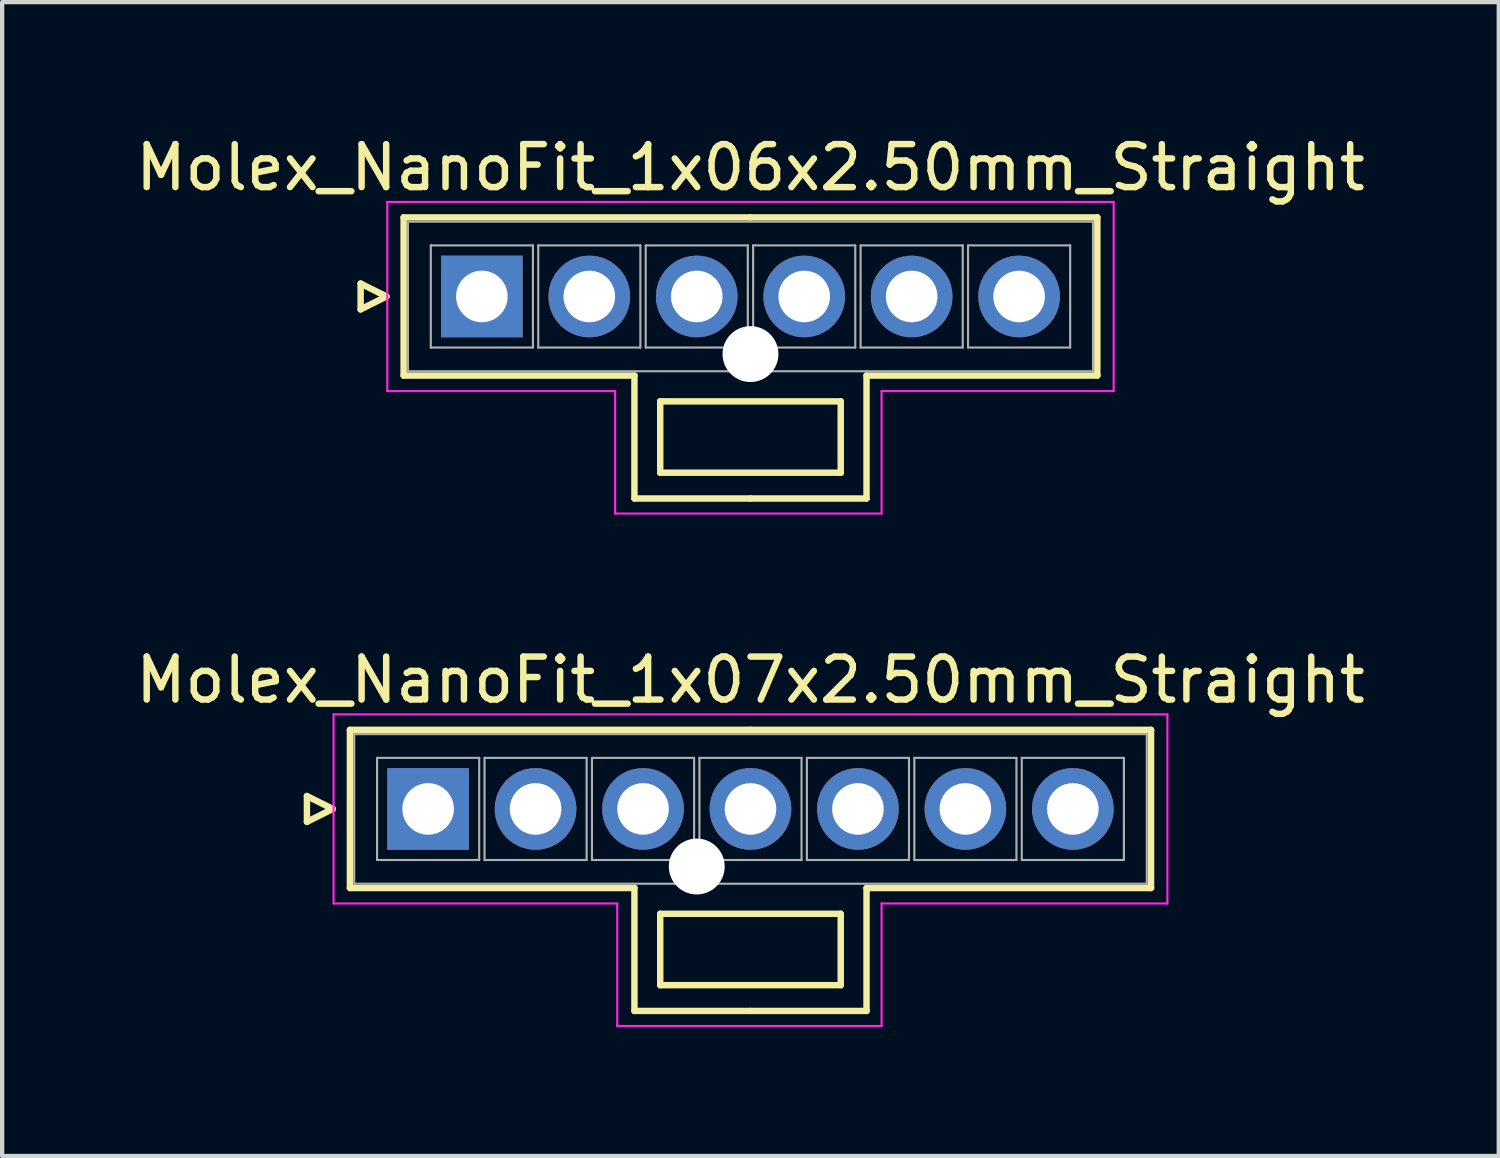
<source format=kicad_pcb>
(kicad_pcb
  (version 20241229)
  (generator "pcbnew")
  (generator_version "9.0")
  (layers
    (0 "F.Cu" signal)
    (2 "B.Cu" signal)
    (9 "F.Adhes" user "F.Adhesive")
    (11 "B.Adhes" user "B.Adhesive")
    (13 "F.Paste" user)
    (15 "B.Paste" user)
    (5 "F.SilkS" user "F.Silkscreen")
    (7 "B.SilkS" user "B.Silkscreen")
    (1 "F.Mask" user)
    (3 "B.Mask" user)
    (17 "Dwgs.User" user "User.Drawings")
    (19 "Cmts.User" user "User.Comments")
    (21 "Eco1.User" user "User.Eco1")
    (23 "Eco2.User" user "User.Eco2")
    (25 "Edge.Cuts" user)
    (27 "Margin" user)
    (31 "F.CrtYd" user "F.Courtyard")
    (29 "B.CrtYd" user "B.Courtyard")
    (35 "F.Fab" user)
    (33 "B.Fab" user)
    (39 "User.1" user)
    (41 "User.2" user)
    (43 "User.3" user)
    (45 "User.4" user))
  (footprint "Molex_NanoFit_1x06x2.50mm_Straight"
    (layer "F.Cu")
    (at 8.161 3.848)
    (property "Reference" "Molex_NanoFit_1x06x2.50mm_Straight" (at 6.25 -3 0) (layer "F.SilkS") (effects (font (size 1 1) (thickness 0.15))))
    (attr through_hole)
    (fp_line (start -2.82 -0.3) (end -2.22 0) (stroke (width 0.15) (type solid)) (layer "F.SilkS"))
    (fp_line (start -2.82 0.3) (end -2.82 -0.3) (stroke (width 0.15) (type solid)) (layer "F.SilkS"))
    (fp_line (start -2.22 0) (end -2.82 0.3) (stroke (width 0.15) (type solid)) (layer "F.SilkS"))
    (fp_line (start -1.82 -1.84) (end -1.82 1.84) (stroke (width 0.15) (type solid)) (layer "F.SilkS"))
    (fp_line (start -1.82 1.84) (end 3.55 1.84) (stroke (width 0.15) (type solid)) (layer "F.SilkS"))
    (fp_line (start 3.55 1.84) (end 3.55 4.7) (stroke (width 0.15) (type solid)) (layer "F.SilkS"))
    (fp_line (start 3.55 4.7) (end 6.25 4.7) (stroke (width 0.15) (type solid)) (layer "F.SilkS"))
    (fp_line (start 4.15 2.44) (end 4.15 4.1) (stroke (width 0.15) (type solid)) (layer "F.SilkS"))
    (fp_line (start 4.15 4.1) (end 8.35 4.1) (stroke (width 0.15) (type solid)) (layer "F.SilkS"))
    (fp_line (start 6.25 -1.84) (end -1.82 -1.84) (stroke (width 0.15) (type solid)) (layer "F.SilkS"))
    (fp_line (start 6.25 -1.84) (end 14.32 -1.84) (stroke (width 0.15) (type solid)) (layer "F.SilkS"))
    (fp_line (start 8.35 2.44) (end 4.15 2.44) (stroke (width 0.15) (type solid)) (layer "F.SilkS"))
    (fp_line (start 8.35 4.1) (end 8.35 2.44) (stroke (width 0.15) (type solid)) (layer "F.SilkS"))
    (fp_line (start 8.95 1.84) (end 8.95 4.7) (stroke (width 0.15) (type solid)) (layer "F.SilkS"))
    (fp_line (start 8.95 4.7) (end 6.25 4.7) (stroke (width 0.15) (type solid)) (layer "F.SilkS"))
    (fp_line (start 14.32 -1.84) (end 14.32 1.84) (stroke (width 0.15) (type solid)) (layer "F.SilkS"))
    (fp_line (start 14.32 1.84) (end 8.95 1.84) (stroke (width 0.15) (type solid)) (layer "F.SilkS"))
    (fp_line (start -2.2 -2.2) (end -2.2 2.2) (stroke (width 0.05) (type solid)) (layer "F.CrtYd"))
    (fp_line (start -2.2 2.2) (end 3.1 2.2) (stroke (width 0.05) (type solid)) (layer "F.CrtYd"))
    (fp_line (start 3.1 2.2) (end 3.1 5.05) (stroke (width 0.05) (type solid)) (layer "F.CrtYd"))
    (fp_line (start 3.1 5.05) (end 9.3 5.05) (stroke (width 0.05) (type solid)) (layer "F.CrtYd"))
    (fp_line (start 9.3 2.2) (end 14.7 2.2) (stroke (width 0.05) (type solid)) (layer "F.CrtYd"))
    (fp_line (start 9.3 5.05) (end 9.3 2.2) (stroke (width 0.05) (type solid)) (layer "F.CrtYd"))
    (fp_line (start 14.7 -2.2) (end -2.2 -2.2) (stroke (width 0.05) (type solid)) (layer "F.CrtYd"))
    (fp_line (start 14.7 2.2) (end 14.7 -2.2) (stroke (width 0.05) (type solid)) (layer "F.CrtYd"))
    (fp_line (start -1.72 -1.74) (end -1.72 1.74) (stroke (width 0.05) (type solid)) (layer "F.Fab"))
    (fp_line (start -1.72 1.74) (end 14.22 1.74) (stroke (width 0.05) (type solid)) (layer "F.Fab"))
    (fp_line (start -1.188 -1.188) (end -1.188 1.188) (stroke (width 0.05) (type solid)) (layer "F.Fab"))
    (fp_line (start -1.188 1.188) (end 1.188 1.188) (stroke (width 0.05) (type solid)) (layer "F.Fab"))
    (fp_line (start 1.188 -1.188) (end -1.188 -1.188) (stroke (width 0.05) (type solid)) (layer "F.Fab"))
    (fp_line (start 1.188 1.188) (end 1.188 -1.188) (stroke (width 0.05) (type solid)) (layer "F.Fab"))
    (fp_line (start 1.312 -1.188) (end 1.312 1.188) (stroke (width 0.05) (type solid)) (layer "F.Fab"))
    (fp_line (start 1.312 1.188) (end 3.688 1.188) (stroke (width 0.05) (type solid)) (layer "F.Fab"))
    (fp_line (start 3.688 -1.188) (end 1.312 -1.188) (stroke (width 0.05) (type solid)) (layer "F.Fab"))
    (fp_line (start 3.688 1.188) (end 3.688 -1.188) (stroke (width 0.05) (type solid)) (layer "F.Fab"))
    (fp_line (start 3.812 -1.188) (end 3.812 1.188) (stroke (width 0.05) (type solid)) (layer "F.Fab"))
    (fp_line (start 3.812 1.188) (end 6.188 1.188) (stroke (width 0.05) (type solid)) (layer "F.Fab"))
    (fp_line (start 6.188 -1.188) (end 3.812 -1.188) (stroke (width 0.05) (type solid)) (layer "F.Fab"))
    (fp_line (start 6.188 1.188) (end 6.188 -1.188) (stroke (width 0.05) (type solid)) (layer "F.Fab"))
    (fp_line (start 6.312 -1.188) (end 6.312 1.188) (stroke (width 0.05) (type solid)) (layer "F.Fab"))
    (fp_line (start 6.312 1.188) (end 8.688 1.188) (stroke (width 0.05) (type solid)) (layer "F.Fab"))
    (fp_line (start 8.688 -1.188) (end 6.312 -1.188) (stroke (width 0.05) (type solid)) (layer "F.Fab"))
    (fp_line (start 8.688 1.188) (end 8.688 -1.188) (stroke (width 0.05) (type solid)) (layer "F.Fab"))
    (fp_line (start 8.812 -1.188) (end 8.812 1.188) (stroke (width 0.05) (type solid)) (layer "F.Fab"))
    (fp_line (start 8.812 1.188) (end 11.188 1.188) (stroke (width 0.05) (type solid)) (layer "F.Fab"))
    (fp_line (start 11.188 -1.188) (end 8.812 -1.188) (stroke (width 0.05) (type solid)) (layer "F.Fab"))
    (fp_line (start 11.188 1.188) (end 11.188 -1.188) (stroke (width 0.05) (type solid)) (layer "F.Fab"))
    (fp_line (start 11.312 -1.188) (end 11.312 1.188) (stroke (width 0.05) (type solid)) (layer "F.Fab"))
    (fp_line (start 11.312 1.188) (end 13.688 1.188) (stroke (width 0.05) (type solid)) (layer "F.Fab"))
    (fp_line (start 13.688 -1.188) (end 11.312 -1.188) (stroke (width 0.05) (type solid)) (layer "F.Fab"))
    (fp_line (start 13.688 1.188) (end 13.688 -1.188) (stroke (width 0.05) (type solid)) (layer "F.Fab"))
    (fp_line (start 14.22 -1.74) (end -1.72 -1.74) (stroke (width 0.05) (type solid)) (layer "F.Fab"))
    (fp_line (start 14.22 1.74) (end 14.22 -1.74) (stroke (width 0.05) (type solid)) (layer "F.Fab"))
    (pad "" np_thru_hole circle (at 6.25 1.34) (size 1.3 1.3) (drill 1.3) (layers "*.Cu"))
    (pad "1" thru_hole rect (at 0 0) (size 1.9 1.9) (drill 1.2) (layers "*.Cu" "*.Mask"))
    (pad "2" thru_hole circle (at 2.5 0) (size 1.9 1.9) (drill 1.2) (layers "*.Cu" "*.Mask"))
    (pad "3" thru_hole circle (at 5 0) (size 1.9 1.9) (drill 1.2) (layers "*.Cu" "*.Mask"))
    (pad "4" thru_hole circle (at 7.5 0) (size 1.9 1.9) (drill 1.2) (layers "*.Cu" "*.Mask"))
    (pad "5" thru_hole circle (at 10 0) (size 1.9 1.9) (drill 1.2) (layers "*.Cu" "*.Mask"))
    (pad "6" thru_hole circle (at 12.5 0) (size 1.9 1.9) (drill 1.2) (layers "*.Cu" "*.Mask")))
  (footprint "Molex_NanoFit_1x07x2.50mm_Straight"
    (layer "F.Cu")
    (at 6.911 15.771)
    (property "Reference" "Molex_NanoFit_1x07x2.50mm_Straight" (at 7.5 -3 0) (layer "F.SilkS") (effects (font (size 1 1) (thickness 0.15))))
    (attr through_hole)
    (fp_line (start -2.82 -0.3) (end -2.22 0) (stroke (width 0.15) (type solid)) (layer "F.SilkS"))
    (fp_line (start -2.82 0.3) (end -2.82 -0.3) (stroke (width 0.15) (type solid)) (layer "F.SilkS"))
    (fp_line (start -2.22 0) (end -2.82 0.3) (stroke (width 0.15) (type solid)) (layer "F.SilkS"))
    (fp_line (start -1.82 -1.84) (end -1.82 1.84) (stroke (width 0.15) (type solid)) (layer "F.SilkS"))
    (fp_line (start -1.82 1.84) (end 4.8 1.84) (stroke (width 0.15) (type solid)) (layer "F.SilkS"))
    (fp_line (start 4.8 1.84) (end 4.8 4.7) (stroke (width 0.15) (type solid)) (layer "F.SilkS"))
    (fp_line (start 4.8 4.7) (end 7.5 4.7) (stroke (width 0.15) (type solid)) (layer "F.SilkS"))
    (fp_line (start 5.4 2.44) (end 5.4 4.1) (stroke (width 0.15) (type solid)) (layer "F.SilkS"))
    (fp_line (start 5.4 4.1) (end 9.6 4.1) (stroke (width 0.15) (type solid)) (layer "F.SilkS"))
    (fp_line (start 7.5 -1.84) (end -1.82 -1.84) (stroke (width 0.15) (type solid)) (layer "F.SilkS"))
    (fp_line (start 7.5 -1.84) (end 16.82 -1.84) (stroke (width 0.15) (type solid)) (layer "F.SilkS"))
    (fp_line (start 9.6 2.44) (end 5.4 2.44) (stroke (width 0.15) (type solid)) (layer "F.SilkS"))
    (fp_line (start 9.6 4.1) (end 9.6 2.44) (stroke (width 0.15) (type solid)) (layer "F.SilkS"))
    (fp_line (start 10.2 1.84) (end 10.2 4.7) (stroke (width 0.15) (type solid)) (layer "F.SilkS"))
    (fp_line (start 10.2 4.7) (end 7.5 4.7) (stroke (width 0.15) (type solid)) (layer "F.SilkS"))
    (fp_line (start 16.82 -1.84) (end 16.82 1.84) (stroke (width 0.15) (type solid)) (layer "F.SilkS"))
    (fp_line (start 16.82 1.84) (end 10.2 1.84) (stroke (width 0.15) (type solid)) (layer "F.SilkS"))
    (fp_line (start -2.2 -2.2) (end -2.2 2.2) (stroke (width 0.05) (type solid)) (layer "F.CrtYd"))
    (fp_line (start -2.2 2.2) (end 4.4 2.2) (stroke (width 0.05) (type solid)) (layer "F.CrtYd"))
    (fp_line (start 4.4 2.2) (end 4.4 5.05) (stroke (width 0.05) (type solid)) (layer "F.CrtYd"))
    (fp_line (start 4.4 5.05) (end 10.55 5.05) (stroke (width 0.05) (type solid)) (layer "F.CrtYd"))
    (fp_line (start 10.55 2.2) (end 17.2 2.2) (stroke (width 0.05) (type solid)) (layer "F.CrtYd"))
    (fp_line (start 10.55 5.05) (end 10.55 2.2) (stroke (width 0.05) (type solid)) (layer "F.CrtYd"))
    (fp_line (start 17.2 -2.2) (end -2.2 -2.2) (stroke (width 0.05) (type solid)) (layer "F.CrtYd"))
    (fp_line (start 17.2 2.2) (end 17.2 -2.2) (stroke (width 0.05) (type solid)) (layer "F.CrtYd"))
    (fp_line (start -1.72 -1.74) (end -1.72 1.74) (stroke (width 0.05) (type solid)) (layer "F.Fab"))
    (fp_line (start -1.72 1.74) (end 16.72 1.74) (stroke (width 0.05) (type solid)) (layer "F.Fab"))
    (fp_line (start -1.188 -1.188) (end -1.188 1.188) (stroke (width 0.05) (type solid)) (layer "F.Fab"))
    (fp_line (start -1.188 1.188) (end 1.188 1.188) (stroke (width 0.05) (type solid)) (layer "F.Fab"))
    (fp_line (start 1.188 -1.188) (end -1.188 -1.188) (stroke (width 0.05) (type solid)) (layer "F.Fab"))
    (fp_line (start 1.188 1.188) (end 1.188 -1.188) (stroke (width 0.05) (type solid)) (layer "F.Fab"))
    (fp_line (start 1.312 -1.188) (end 1.312 1.188) (stroke (width 0.05) (type solid)) (layer "F.Fab"))
    (fp_line (start 1.312 1.188) (end 3.688 1.188) (stroke (width 0.05) (type solid)) (layer "F.Fab"))
    (fp_line (start 3.688 -1.188) (end 1.312 -1.188) (stroke (width 0.05) (type solid)) (layer "F.Fab"))
    (fp_line (start 3.688 1.188) (end 3.688 -1.188) (stroke (width 0.05) (type solid)) (layer "F.Fab"))
    (fp_line (start 3.812 -1.188) (end 3.812 1.188) (stroke (width 0.05) (type solid)) (layer "F.Fab"))
    (fp_line (start 3.812 1.188) (end 6.188 1.188) (stroke (width 0.05) (type solid)) (layer "F.Fab"))
    (fp_line (start 6.188 -1.188) (end 3.812 -1.188) (stroke (width 0.05) (type solid)) (layer "F.Fab"))
    (fp_line (start 6.188 1.188) (end 6.188 -1.188) (stroke (width 0.05) (type solid)) (layer "F.Fab"))
    (fp_line (start 6.312 -1.188) (end 6.312 1.188) (stroke (width 0.05) (type solid)) (layer "F.Fab"))
    (fp_line (start 6.312 1.188) (end 8.688 1.188) (stroke (width 0.05) (type solid)) (layer "F.Fab"))
    (fp_line (start 8.688 -1.188) (end 6.312 -1.188) (stroke (width 0.05) (type solid)) (layer "F.Fab"))
    (fp_line (start 8.688 1.188) (end 8.688 -1.188) (stroke (width 0.05) (type solid)) (layer "F.Fab"))
    (fp_line (start 8.812 -1.188) (end 8.812 1.188) (stroke (width 0.05) (type solid)) (layer "F.Fab"))
    (fp_line (start 8.812 1.188) (end 11.188 1.188) (stroke (width 0.05) (type solid)) (layer "F.Fab"))
    (fp_line (start 11.188 -1.188) (end 8.812 -1.188) (stroke (width 0.05) (type solid)) (layer "F.Fab"))
    (fp_line (start 11.188 1.188) (end 11.188 -1.188) (stroke (width 0.05) (type solid)) (layer "F.Fab"))
    (fp_line (start 11.312 -1.188) (end 11.312 1.188) (stroke (width 0.05) (type solid)) (layer "F.Fab"))
    (fp_line (start 11.312 1.188) (end 13.688 1.188) (stroke (width 0.05) (type solid)) (layer "F.Fab"))
    (fp_line (start 13.688 -1.188) (end 11.312 -1.188) (stroke (width 0.05) (type solid)) (layer "F.Fab"))
    (fp_line (start 13.688 1.188) (end 13.688 -1.188) (stroke (width 0.05) (type solid)) (layer "F.Fab"))
    (fp_line (start 13.812 -1.188) (end 13.812 1.188) (stroke (width 0.05) (type solid)) (layer "F.Fab"))
    (fp_line (start 13.812 1.188) (end 16.188 1.188) (stroke (width 0.05) (type solid)) (layer "F.Fab"))
    (fp_line (start 16.188 -1.188) (end 13.812 -1.188) (stroke (width 0.05) (type solid)) (layer "F.Fab"))
    (fp_line (start 16.188 1.188) (end 16.188 -1.188) (stroke (width 0.05) (type solid)) (layer "F.Fab"))
    (fp_line (start 16.72 -1.74) (end -1.72 -1.74) (stroke (width 0.05) (type solid)) (layer "F.Fab"))
    (fp_line (start 16.72 1.74) (end 16.72 -1.74) (stroke (width 0.05) (type solid)) (layer "F.Fab"))
    (pad "" np_thru_hole circle (at 6.25 1.34) (size 1.3 1.3) (drill 1.3) (layers "*.Cu"))
    (pad "1" thru_hole rect (at 0 0) (size 1.9 1.9) (drill 1.2) (layers "*.Cu" "*.Mask"))
    (pad "2" thru_hole circle (at 2.5 0) (size 1.9 1.9) (drill 1.2) (layers "*.Cu" "*.Mask"))
    (pad "3" thru_hole circle (at 5 0) (size 1.9 1.9) (drill 1.2) (layers "*.Cu" "*.Mask"))
    (pad "4" thru_hole circle (at 7.5 0) (size 1.9 1.9) (drill 1.2) (layers "*.Cu" "*.Mask"))
    (pad "5" thru_hole circle (at 10 0) (size 1.9 1.9) (drill 1.2) (layers "*.Cu" "*.Mask"))
    (pad "6" thru_hole circle (at 12.5 0) (size 1.9 1.9) (drill 1.2) (layers "*.Cu" "*.Mask"))
    (pad "7" thru_hole circle (at 15 0) (size 1.9 1.9) (drill 1.2) (layers "*.Cu" "*.Mask")))
  (gr_rect
    (start -3 -3)
    (end 31.821 23.846)
    (stroke (width 0.1) (type default))
    (fill no)
    (layer "Edge.Cuts")))
</source>
